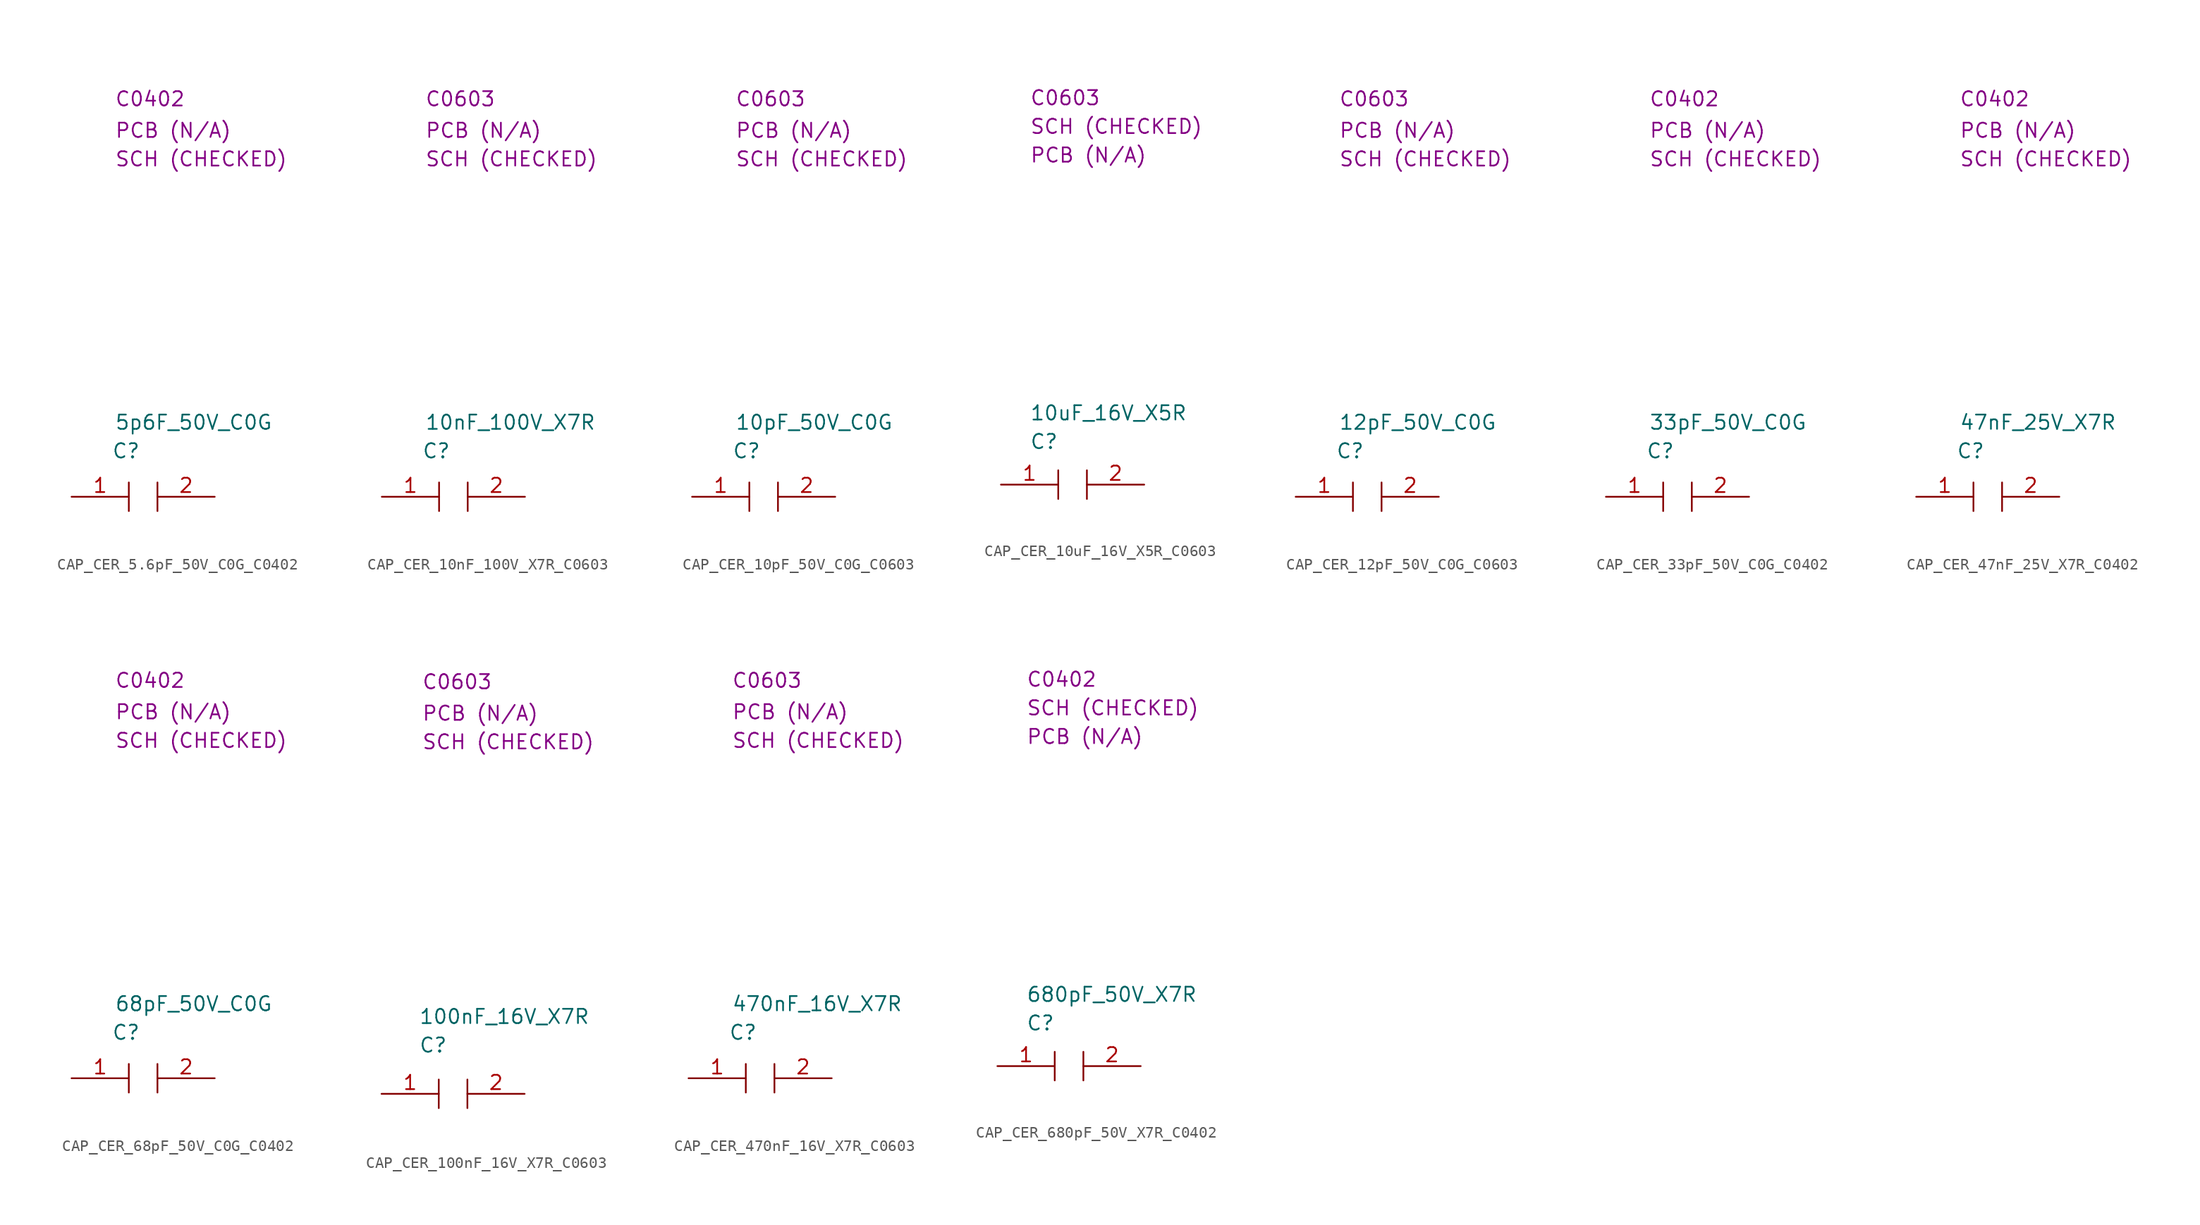
<source format=kicad_sym>
(kicad_symbol_lib
  (version 20231120)
  (generator "kicad_symbol_editor")
  (generator_version "8.0")
  (symbol "CAP_CER_5.6pF_50V_C0G_C0402"
    (property "Reference" "C"
      (at 3.556 4.064 0)
      (effects (font (size 1.27 1.27)) (justify left)))
    (property "Value" "5p6F_50V_C0G"
      (at 3.81 6.604 0)
      (effects (font (size 1.27 1.27)) (justify left)))
    (property "Package" "C0402"
      (at 3.81 35.306 0)
      (effects (font (size 1.27 1.27)) (justify left)))
    (property "SCH CHECK" "SCH (CHECKED)"
      (at 3.81 29.972 0)
      (effects (font (size 1.27 1.27)) (justify left)))
    (property "PCB CHECK" "PCB (N/A)"
      (at 3.81 32.512 0)
      (effects (font (size 1.27 1.27)) (justify left)))
    (symbol "CAP_CER_5.6pF_50V_C0G_C0402_0_0"
      (polyline (pts (xy 5.08 1.27) (xy 5.08 -1.27)) (stroke (width 0) (type default)) (fill (type none)))
      (polyline (pts (xy 7.62 1.27) (xy 7.62 -1.27)) (stroke (width 0) (type default)) (fill (type none))))
    (symbol "CAP_CER_5.6pF_50V_C0G_C0402_1_1"
      (pin passive line (at 0 0 0) (length 5.08) (name "" (effects (font (size 1.27 1.27)))) (number "1" (effects (font (size 1.27 1.27)))))
      (pin passive line (at 12.7 0 180) (length 5.08) (name "" (effects (font (size 1.27 1.27)))) (number "2" (effects (font (size 1.27 1.27)))))))
  (symbol "CAP_CER_10nF_100V_X7R_C0603"
    (property "Reference" "C"
      (at 3.556 4.064 0)
      (effects (font (size 1.27 1.27)) (justify left)))
    (property "Value" "10nF_100V_X7R"
      (at 3.81 6.604 0)
      (effects (font (size 1.27 1.27)) (justify left)))
    (property "Package" "C0603"
      (at 3.81 35.306 0)
      (effects (font (size 1.27 1.27)) (justify left)))
    (property "SCH CHECK" "SCH (CHECKED)"
      (at 3.81 29.972 0)
      (effects (font (size 1.27 1.27)) (justify left)))
    (property "PCB CHECK" "PCB (N/A)"
      (at 3.81 32.512 0)
      (effects (font (size 1.27 1.27)) (justify left)))
    (symbol "CAP_CER_10nF_100V_X7R_C0603_0_0"
      (polyline (pts (xy 5.08 1.27) (xy 5.08 -1.27)) (stroke (width 0) (type default)) (fill (type none)))
      (polyline (pts (xy 7.62 1.27) (xy 7.62 -1.27)) (stroke (width 0) (type default)) (fill (type none))))
    (symbol "CAP_CER_10nF_100V_X7R_C0603_1_1"
      (pin passive line (at 0 0 0) (length 5.08) (name "" (effects (font (size 1.27 1.27)))) (number "1" (effects (font (size 1.27 1.27)))))
      (pin passive line (at 12.7 0 180) (length 5.08) (name "" (effects (font (size 1.27 1.27)))) (number "2" (effects (font (size 1.27 1.27)))))))
  (symbol "CAP_CER_10pF_50V_C0G_C0603"
    (property "Reference" "C"
      (at 3.556 4.064 0)
      (effects (font (size 1.27 1.27)) (justify left)))
    (property "Value" "10pF_50V_C0G"
      (at 3.81 6.604 0)
      (effects (font (size 1.27 1.27)) (justify left)))
    (property "Package" "C0603"
      (at 3.81 35.306 0)
      (effects (font (size 1.27 1.27)) (justify left)))
    (property "SCH CHECK" "SCH (CHECKED)"
      (at 3.81 29.972 0)
      (effects (font (size 1.27 1.27)) (justify left)))
    (property "PCB CHECK" "PCB (N/A)"
      (at 3.81 32.512 0)
      (effects (font (size 1.27 1.27)) (justify left)))
    (symbol "CAP_CER_10pF_50V_C0G_C0603_0_0"
      (polyline (pts (xy 5.08 1.27) (xy 5.08 -1.27)) (stroke (width 0) (type default)) (fill (type none)))
      (polyline (pts (xy 7.62 1.27) (xy 7.62 -1.27)) (stroke (width 0) (type default)) (fill (type none))))
    (symbol "CAP_CER_10pF_50V_C0G_C0603_1_1"
      (pin passive line (at 0 0 0) (length 5.08) (name "" (effects (font (size 1.27 1.27)))) (number "1" (effects (font (size 1.27 1.27)))))
      (pin passive line (at 12.7 0 180) (length 5.08) (name "" (effects (font (size 1.27 1.27)))) (number "2" (effects (font (size 1.27 1.27)))))))
  (symbol "CAP_CER_10uF_16V_X5R_C0603"
    (property "Reference" "C"
      (at 2.54 3.81 0)
      (effects (font (size 1.27 1.27)) (justify left)))
    (property "Value" "10uF_16V_X5R"
      (at 2.54 6.35 0)
      (effects (font (size 1.27 1.27)) (justify left)))
    (property "Package" "C0603"
      (at 2.54 34.29 0)
      (effects (font (size 1.27 1.27)) (justify left)))
    (property "SCH CHECK" "SCH (CHECKED)"
      (at 2.54 31.75 0)
      (effects (font (size 1.27 1.27)) (justify left)))
    (property "PCB CHECk" "PCB (N/A)"
      (at 2.54 29.21 0)
      (effects (font (size 1.27 1.27)) (justify left)))
    (symbol "CAP_CER_10uF_16V_X5R_C0603_0_0"
      (polyline (pts (xy 5.08 1.27) (xy 5.08 -1.27)) (stroke (width 0) (type default)) (fill (type none)))
      (polyline (pts (xy 7.62 1.27) (xy 7.62 -1.27)) (stroke (width 0) (type default)) (fill (type none))))
    (symbol "CAP_CER_10uF_16V_X5R_C0603_1_1"
      (pin passive line (at 0 0 0) (length 5.08) (name "" (effects (font (size 1.27 1.27)))) (number "1" (effects (font (size 1.27 1.27)))))
      (pin passive line (at 12.7 0 180) (length 5.08) (name "" (effects (font (size 1.27 1.27)))) (number "2" (effects (font (size 1.27 1.27)))))))
  (symbol "CAP_CER_12pF_50V_C0G_C0603"
    (property "Reference" "C"
      (at 3.556 4.064 0)
      (effects (font (size 1.27 1.27)) (justify left)))
    (property "Value" "12pF_50V_C0G"
      (at 3.81 6.604 0)
      (effects (font (size 1.27 1.27)) (justify left)))
    (property "Package" "C0603"
      (at 3.81 35.306 0)
      (effects (font (size 1.27 1.27)) (justify left)))
    (property "SCH CHECK" "SCH (CHECKED)"
      (at 3.81 29.972 0)
      (effects (font (size 1.27 1.27)) (justify left)))
    (property "PCB CHECK" "PCB (N/A)"
      (at 3.81 32.512 0)
      (effects (font (size 1.27 1.27)) (justify left)))
    (symbol "CAP_CER_12pF_50V_C0G_C0603_0_0"
      (polyline (pts (xy 5.08 1.27) (xy 5.08 -1.27)) (stroke (width 0) (type default)) (fill (type none)))
      (polyline (pts (xy 7.62 1.27) (xy 7.62 -1.27)) (stroke (width 0) (type default)) (fill (type none))))
    (symbol "CAP_CER_12pF_50V_C0G_C0603_1_1"
      (pin passive line (at 0 0 0) (length 5.08) (name "" (effects (font (size 1.27 1.27)))) (number "1" (effects (font (size 1.27 1.27)))))
      (pin passive line (at 12.7 0 180) (length 5.08) (name "" (effects (font (size 1.27 1.27)))) (number "2" (effects (font (size 1.27 1.27)))))))
  (symbol "CAP_CER_33pF_50V_C0G_C0402"
    (property "Reference" "C"
      (at 3.556 4.064 0)
      (effects (font (size 1.27 1.27)) (justify left)))
    (property "Value" "33pF_50V_C0G"
      (at 3.81 6.604 0)
      (effects (font (size 1.27 1.27)) (justify left)))
    (property "Package" "C0402"
      (at 3.81 35.306 0)
      (effects (font (size 1.27 1.27)) (justify left)))
    (property "SCH CHECK" "SCH (CHECKED)"
      (at 3.81 29.972 0)
      (effects (font (size 1.27 1.27)) (justify left)))
    (property "PCB CHECK" "PCB (N/A)"
      (at 3.81 32.512 0)
      (effects (font (size 1.27 1.27)) (justify left)))
    (symbol "CAP_CER_33pF_50V_C0G_C0402_0_0"
      (polyline (pts (xy 5.08 1.27) (xy 5.08 -1.27)) (stroke (width 0) (type default)) (fill (type none)))
      (polyline (pts (xy 7.62 1.27) (xy 7.62 -1.27)) (stroke (width 0) (type default)) (fill (type none))))
    (symbol "CAP_CER_33pF_50V_C0G_C0402_1_1"
      (pin passive line (at 0 0 0) (length 5.08) (name "" (effects (font (size 1.27 1.27)))) (number "1" (effects (font (size 1.27 1.27)))))
      (pin passive line (at 12.7 0 180) (length 5.08) (name "" (effects (font (size 1.27 1.27)))) (number "2" (effects (font (size 1.27 1.27)))))))
  (symbol "CAP_CER_47nF_25V_X7R_C0402"
    (property "Reference" "C"
      (at 3.556 4.064 0)
      (effects (font (size 1.27 1.27)) (justify left)))
    (property "Value" "47nF_25V_X7R"
      (at 3.81 6.604 0)
      (effects (font (size 1.27 1.27)) (justify left)))
    (property "Package" "C0402"
      (at 3.81 35.306 0)
      (effects (font (size 1.27 1.27)) (justify left)))
    (property "SCH CHECK" "SCH (CHECKED)"
      (at 3.81 29.972 0)
      (effects (font (size 1.27 1.27)) (justify left)))
    (property "PCB CHECK" "PCB (N/A)"
      (at 3.81 32.512 0)
      (effects (font (size 1.27 1.27)) (justify left)))
    (symbol "CAP_CER_47nF_25V_X7R_C0402_0_0"
      (polyline (pts (xy 5.08 1.27) (xy 5.08 -1.27)) (stroke (width 0) (type default)) (fill (type none)))
      (polyline (pts (xy 7.62 1.27) (xy 7.62 -1.27)) (stroke (width 0) (type default)) (fill (type none))))
    (symbol "CAP_CER_47nF_25V_X7R_C0402_1_1"
      (pin passive line (at 0 0 0) (length 5.08) (name "" (effects (font (size 1.27 1.27)))) (number "1" (effects (font (size 1.27 1.27)))))
      (pin passive line (at 12.7 0 180) (length 5.08) (name "" (effects (font (size 1.27 1.27)))) (number "2" (effects (font (size 1.27 1.27)))))))
  (symbol "CAP_CER_68pF_50V_C0G_C0402"
    (property "Reference" "C"
      (at 3.556 4.064 0)
      (effects (font (size 1.27 1.27)) (justify left)))
    (property "Value" "68pF_50V_C0G"
      (at 3.81 6.604 0)
      (effects (font (size 1.27 1.27)) (justify left)))
    (property "Package" "C0402"
      (at 3.81 35.306 0)
      (effects (font (size 1.27 1.27)) (justify left)))
    (property "SCH CHECK" "SCH (CHECKED)"
      (at 3.81 29.972 0)
      (effects (font (size 1.27 1.27)) (justify left)))
    (property "PCB CHECK" "PCB (N/A)"
      (at 3.81 32.512 0)
      (effects (font (size 1.27 1.27)) (justify left)))
    (symbol "CAP_CER_68pF_50V_C0G_C0402_0_0"
      (polyline (pts (xy 5.08 1.27) (xy 5.08 -1.27)) (stroke (width 0) (type default)) (fill (type none)))
      (polyline (pts (xy 7.62 1.27) (xy 7.62 -1.27)) (stroke (width 0) (type default)) (fill (type none))))
    (symbol "CAP_CER_68pF_50V_C0G_C0402_1_1"
      (pin passive line (at 0 0 0) (length 5.08) (name "" (effects (font (size 1.27 1.27)))) (number "1" (effects (font (size 1.27 1.27)))))
      (pin passive line (at 12.7 0 180) (length 5.08) (name "" (effects (font (size 1.27 1.27)))) (number "2" (effects (font (size 1.27 1.27)))))))
  (symbol "CAP_CER_100nF_16V_X7R_C0603"
    (property "Reference" "C"
      (at 3.302 4.318 0)
      (effects (font (size 1.27 1.27)) (justify left)))
    (property "Value" "100nF_16V_X7R"
      (at 3.302 6.858 0)
      (effects (font (size 1.27 1.27)) (justify left)))
    (property "Package" "C0603"
      (at 3.556 36.576 0)
      (effects (font (size 1.27 1.27)) (justify left)))
    (property "SCH CHECK" "SCH (CHECKED)"
      (at 3.556 31.242 0)
      (effects (font (size 1.27 1.27)) (justify left)))
    (property "PCB CHECK" "PCB (N/A)"
      (at 3.556 33.782 0)
      (effects (font (size 1.27 1.27)) (justify left)))
    (symbol "CAP_CER_100nF_16V_X7R_C0603_0_0"
      (polyline (pts (xy 5.08 1.27) (xy 5.08 -1.27)) (stroke (width 0) (type default)) (fill (type none)))
      (polyline (pts (xy 7.62 1.27) (xy 7.62 -1.27)) (stroke (width 0) (type default)) (fill (type none))))
    (symbol "CAP_CER_100nF_16V_X7R_C0603_1_1"
      (pin passive line (at 0 0 0) (length 5.08) (name "" (effects (font (size 1.27 1.27)))) (number "1" (effects (font (size 1.27 1.27)))))
      (pin passive line (at 12.7 0 180) (length 5.08) (name "" (effects (font (size 1.27 1.27)))) (number "2" (effects (font (size 1.27 1.27)))))))
  (symbol "CAP_CER_470nF_16V_X7R_C0603"
    (property "Reference" "C"
      (at 3.556 4.064 0)
      (effects (font (size 1.27 1.27)) (justify left)))
    (property "Value" "470nF_16V_X7R"
      (at 3.81 6.604 0)
      (effects (font (size 1.27 1.27)) (justify left)))
    (property "Package" "C0603"
      (at 3.81 35.306 0)
      (effects (font (size 1.27 1.27)) (justify left)))
    (property "SCH CHECK" "SCH (CHECKED)"
      (at 3.81 29.972 0)
      (effects (font (size 1.27 1.27)) (justify left)))
    (property "PCB CHECK" "PCB (N/A)"
      (at 3.81 32.512 0)
      (effects (font (size 1.27 1.27)) (justify left)))
    (symbol "CAP_CER_470nF_16V_X7R_C0603_0_0"
      (polyline (pts (xy 5.08 1.27) (xy 5.08 -1.27)) (stroke (width 0) (type default)) (fill (type none)))
      (polyline (pts (xy 7.62 1.27) (xy 7.62 -1.27)) (stroke (width 0) (type default)) (fill (type none))))
    (symbol "CAP_CER_470nF_16V_X7R_C0603_1_1"
      (pin passive line (at 0 0 0) (length 5.08) (name "" (effects (font (size 1.27 1.27)))) (number "1" (effects (font (size 1.27 1.27)))))
      (pin passive line (at 12.7 0 180) (length 5.08) (name "" (effects (font (size 1.27 1.27)))) (number "2" (effects (font (size 1.27 1.27)))))))
  (symbol "CAP_CER_680pF_50V_X7R_C0402"
    (property "Reference" "C"
      (at 2.54 3.81 0)
      (effects (font (size 1.27 1.27)) (justify left)))
    (property "Value" "680pF_50V_X7R"
      (at 2.54 6.35 0)
      (effects (font (size 1.27 1.27)) (justify left)))
    (property "Package" "C0402"
      (at 2.54 34.29 0)
      (effects (font (size 1.27 1.27)) (justify left)))
    (property "SCH CHECK" "SCH (CHECKED)"
      (at 2.54 31.75 0)
      (effects (font (size 1.27 1.27)) (justify left)))
    (property "PCB CHECk" "PCB (N/A)"
      (at 2.54 29.21 0)
      (effects (font (size 1.27 1.27)) (justify left)))
    (symbol "CAP_CER_680pF_50V_X7R_C0402_0_0"
      (polyline (pts (xy 5.08 1.27) (xy 5.08 -1.27)) (stroke (width 0) (type default)) (fill (type none)))
      (polyline (pts (xy 7.62 1.27) (xy 7.62 -1.27)) (stroke (width 0) (type default)) (fill (type none))))
    (symbol "CAP_CER_680pF_50V_X7R_C0402_1_1"
      (pin passive line (at 0 0 0) (length 5.08) (name "" (effects (font (size 1.27 1.27)))) (number "1" (effects (font (size 1.27 1.27)))))
      (pin passive line (at 12.7 0 180) (length 5.08) (name "" (effects (font (size 1.27 1.27)))) (number "2" (effects (font (size 1.27 1.27))))))))
</source>
